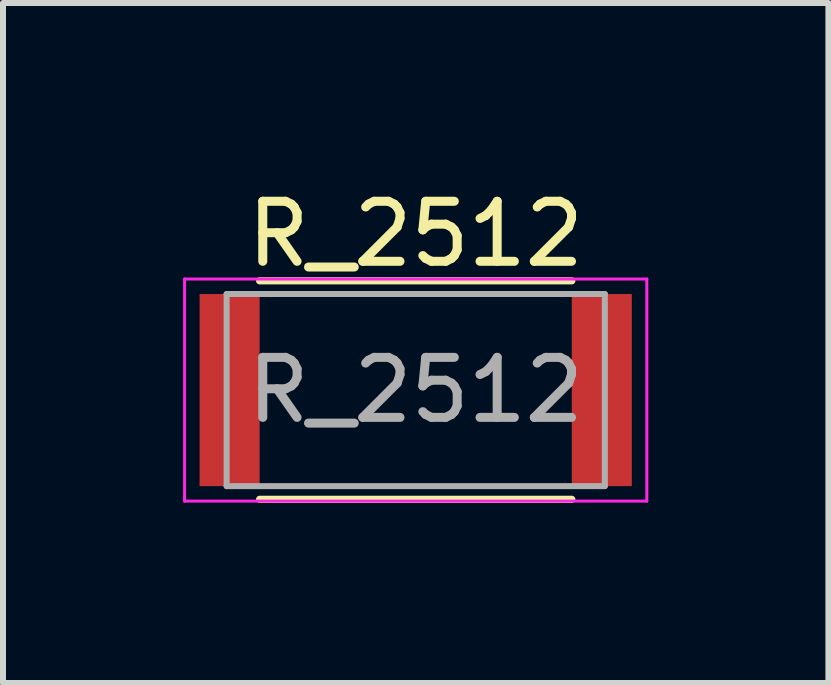
<source format=kicad_pcb>
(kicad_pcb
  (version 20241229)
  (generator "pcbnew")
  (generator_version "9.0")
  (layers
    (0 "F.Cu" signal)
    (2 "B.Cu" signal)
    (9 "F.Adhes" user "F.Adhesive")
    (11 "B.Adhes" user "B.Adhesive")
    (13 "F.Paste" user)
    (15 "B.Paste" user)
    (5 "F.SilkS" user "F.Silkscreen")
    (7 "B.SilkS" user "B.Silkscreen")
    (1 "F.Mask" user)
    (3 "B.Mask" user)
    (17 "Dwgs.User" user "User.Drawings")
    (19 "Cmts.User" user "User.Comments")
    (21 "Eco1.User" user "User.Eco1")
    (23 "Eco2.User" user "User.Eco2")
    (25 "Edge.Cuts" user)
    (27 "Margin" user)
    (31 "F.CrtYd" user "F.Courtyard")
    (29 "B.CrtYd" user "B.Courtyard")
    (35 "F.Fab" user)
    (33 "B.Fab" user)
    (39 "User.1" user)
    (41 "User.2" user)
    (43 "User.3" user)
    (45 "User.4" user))
  (footprint "R_2512"
    (layer "F.Cu")
    (at 3.875 3.448)
    (property "Reference" "R_2512" (at 0 -2.6 0) (layer "F.SilkS") (effects (font (size 1 1) (thickness 0.15))))
    (attr smd)
    (fp_line (start -2.6 -1.82) (end 2.6 -1.82) (stroke (width 0.12) (type solid)) (layer "F.SilkS"))
    (fp_line (start 2.6 1.82) (end -2.6 1.82) (stroke (width 0.12) (type solid)) (layer "F.SilkS"))
    (fp_line (start -3.85 -1.85) (end -3.85 1.85) (stroke (width 0.05) (type solid)) (layer "F.CrtYd"))
    (fp_line (start -3.85 -1.85) (end 3.85 -1.85) (stroke (width 0.05) (type solid)) (layer "F.CrtYd"))
    (fp_line (start 3.85 1.85) (end -3.85 1.85) (stroke (width 0.05) (type solid)) (layer "F.CrtYd"))
    (fp_line (start 3.85 1.85) (end 3.85 -1.85) (stroke (width 0.05) (type solid)) (layer "F.CrtYd"))
    (fp_line (start -3.15 -1.6) (end 3.15 -1.6) (stroke (width 0.1) (type solid)) (layer "F.Fab"))
    (fp_line (start -3.15 1.6) (end -3.15 -1.6) (stroke (width 0.1) (type solid)) (layer "F.Fab"))
    (fp_line (start 3.15 -1.6) (end 3.15 1.6) (stroke (width 0.1) (type solid)) (layer "F.Fab"))
    (fp_line (start 3.15 1.6) (end -3.15 1.6) (stroke (width 0.1) (type solid)) (layer "F.Fab"))
    (fp_text user "${REFERENCE}" (at 0 0 0) (layer "F.Fab") (effects (font (size 1 1) (thickness 0.15))))
    (pad "1" smd rect (at -3.1 0) (size 1 3.2) (layers "F.Cu" "F.Mask" "F.Paste"))
    (pad "2" smd rect (at 3.1 0) (size 1 3.2) (layers "F.Cu" "F.Mask" "F.Paste")))
  (gr_rect
    (start -3 -3)
    (end 10.75 8.328)
    (stroke (width 0.1) (type default))
    (fill no)
    (layer "Edge.Cuts")))
</source>
